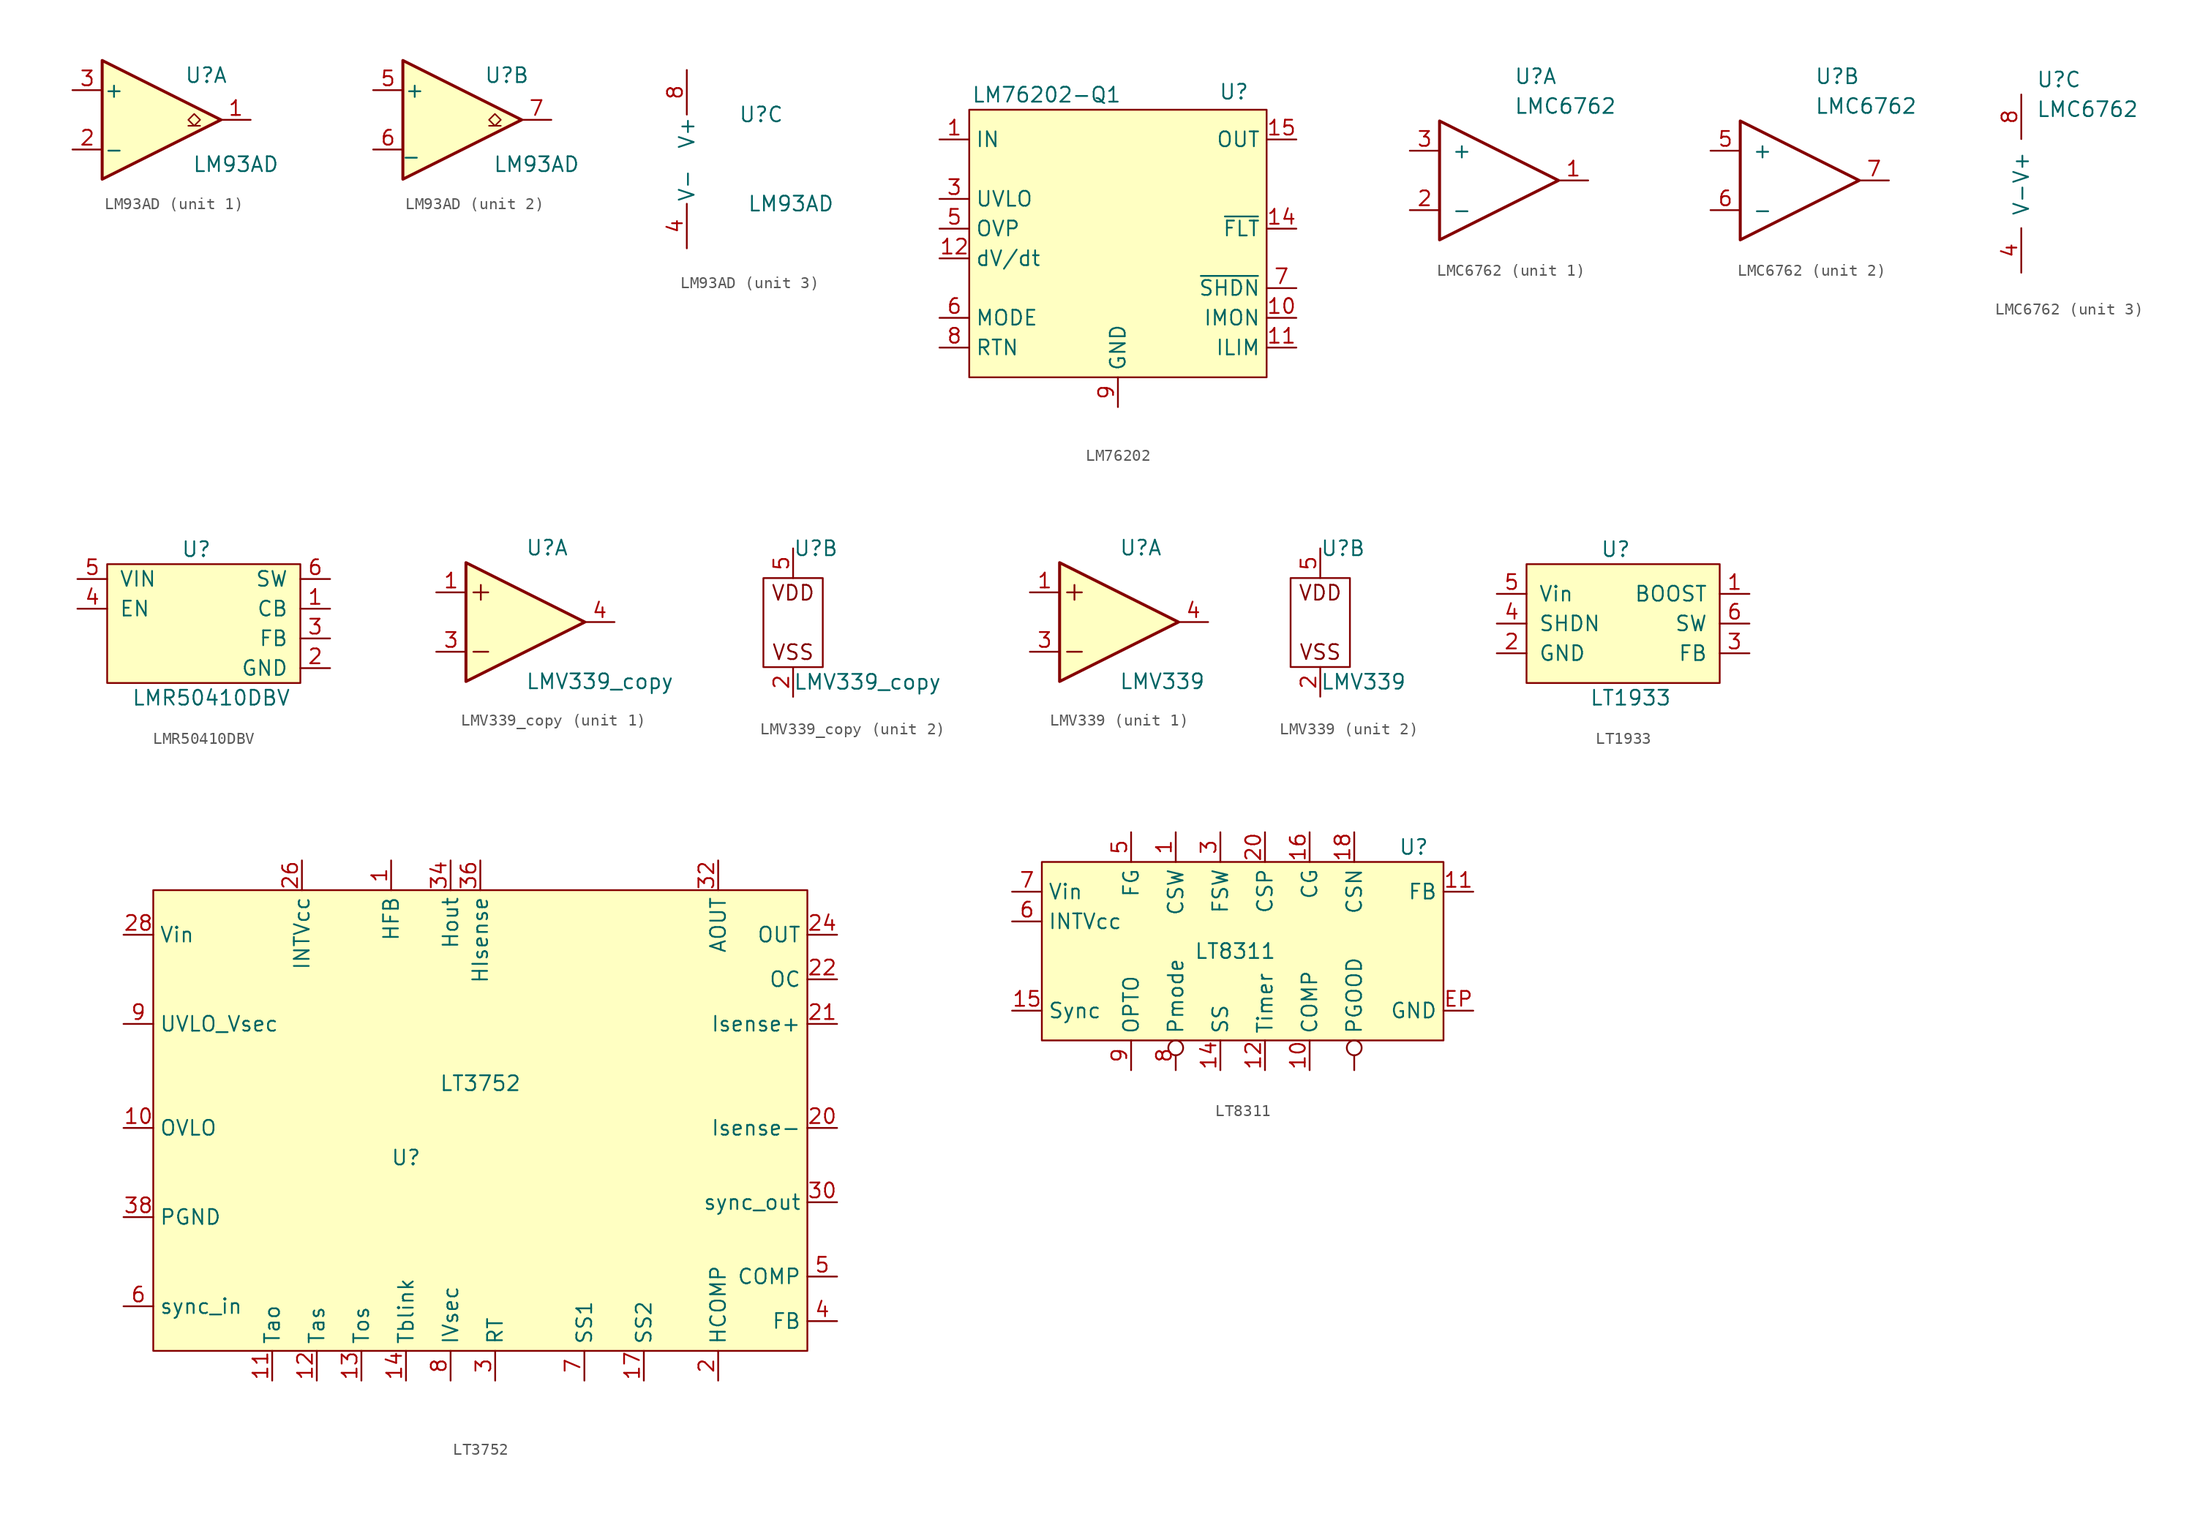
<source format=kicad_sym>
(kicad_symbol_lib
  (version 20231120)
  (generator "kicad_symbol_editor")
  (generator_version "8.0")
  (symbol "LM93AD"
    (pin_names
      (offset 0.127))
    (property "Reference" "U"
      (at 3.81 3.81 0)
      (effects (font (size 1.27 1.27))))
    (property "Value" "LM93AD"
      (at 6.35 -3.81 0)
      (effects (font (size 1.27 1.27))))
    (property "ki_locked" ""
      (at 0 0 0)
      (effects (font (size 1.27 1.27))))
    (symbol "LM93AD_1_1"
      (polyline (pts (xy -5.08 5.08) (xy 5.08 0) (xy -5.08 -5.08) (xy -5.08 5.08)) (stroke (width 0.254) (type default)) (fill (type background)))
      (polyline (pts (xy 3.302 -0.508) (xy 2.794 -0.508) (xy 3.302 0) (xy 2.794 0.508) (xy 2.286 0) (xy 2.794 -0.508) (xy 2.286 -0.508)) (stroke (width 0.127) (type default)) (fill (type none)))
      (pin open_collector line (at 7.62 0 180) (length 2.54) (name "~" (effects (font (size 1.27 1.27)))) (number "1" (effects (font (size 1.27 1.27)))))
      (pin input line (at -7.62 -2.54 0) (length 2.54) (name "-" (effects (font (size 1.27 1.27)))) (number "2" (effects (font (size 1.27 1.27)))))
      (pin input line (at -7.62 2.54 0) (length 2.54) (name "+" (effects (font (size 1.27 1.27)))) (number "3" (effects (font (size 1.27 1.27))))))
    (symbol "LM93AD_2_1"
      (polyline (pts (xy -5.08 5.08) (xy 5.08 0) (xy -5.08 -5.08) (xy -5.08 5.08)) (stroke (width 0.254) (type default)) (fill (type background)))
      (polyline (pts (xy 3.302 -0.508) (xy 2.794 -0.508) (xy 3.302 0) (xy 2.794 0.508) (xy 2.286 0) (xy 2.794 -0.508) (xy 2.286 -0.508)) (stroke (width 0.127) (type default)) (fill (type none)))
      (pin input line (at -7.62 2.54 0) (length 2.54) (name "+" (effects (font (size 1.27 1.27)))) (number "5" (effects (font (size 1.27 1.27)))))
      (pin input line (at -7.62 -2.54 0) (length 2.54) (name "_" (effects (font (size 1.27 1.27)))) (number "6" (effects (font (size 1.27 1.27)))))
      (pin open_collector line (at 7.62 0 180) (length 2.54) (name "~" (effects (font (size 1.27 1.27)))) (number "7" (effects (font (size 1.27 1.27))))))
    (symbol "LM93AD_3_1"
      (pin power_in line (at -2.54 -7.62 90) (length 3.81) (name "V-" (effects (font (size 1.27 1.27)))) (number "4" (effects (font (size 1.27 1.27)))))
      (pin power_in line (at -2.54 7.62 270) (length 3.81) (name "V+" (effects (font (size 1.27 1.27)))) (number "8" (effects (font (size 1.27 1.27)))))))
  (symbol "LM76202"
    (property "Reference" "U"
      (at 9.906 12.954 0)
      (do_not_autoplace)
      (effects (font (size 1.27 1.27))))
    (property "Value" "LM76202-Q1"
      (at -6.096 12.7 0)
      (do_not_autoplace)
      (effects (font (size 1.27 1.27))))
    (symbol "LM76202_1_1"
      (rectangle (start -12.7 11.43) (end 12.7 -11.43) (stroke (width 0) (type default)) (fill (type background)))
      (pin input line (at -15.24 8.89 0) (length 2.54) (name "IN" (effects (font (size 1.27 1.27)))) (number "1" (effects (font (size 1.27 1.27)))))
      (pin input line (at 15.24 -6.35 180) (length 2.54) (name "IMON" (effects (font (size 1.27 1.27)))) (number "10" (effects (font (size 1.27 1.27)))))
      (pin input line (at 15.24 -8.89 180) (length 2.54) (name "ILIM" (effects (font (size 1.27 1.27)))) (number "11" (effects (font (size 1.27 1.27)))))
      (pin input line (at -15.24 -1.27 0) (length 2.54) (name "dV/dt" (effects (font (size 1.27 1.27)))) (number "12" (effects (font (size 1.27 1.27)))))
      (pin input line (at 15.24 1.27 180) (length 2.54) (name "~{FLT}" (effects (font (size 1.27 1.27)))) (number "14" (effects (font (size 1.27 1.27)))))
      (pin input line (at 15.24 8.89 180) (length 2.54) (name "OUT" (effects (font (size 1.27 1.27)))) (number "15" (effects (font (size 1.27 1.27)))))
      (pin input line (at 15.24 8.89 180) (length 2.54) hide (name "OUT" (effects (font (size 1.27 1.27)))) (number "16" (effects (font (size 1.27 1.27)))))
      (pin input line (at -15.24 -8.89 0) (length 2.54) hide (name "EP" (effects (font (size 1.27 1.27)))) (number "17" (effects (font (size 1.27 1.27)))))
      (pin input line (at -15.24 8.89 0) (length 2.54) hide (name "IN" (effects (font (size 1.27 1.27)))) (number "2" (effects (font (size 1.27 1.27)))))
      (pin input line (at -15.24 3.81 0) (length 2.54) (name "UVLO" (effects (font (size 1.27 1.27)))) (number "3" (effects (font (size 1.27 1.27)))))
      (pin input line (at -15.24 1.27 0) (length 2.54) (name "OVP" (effects (font (size 1.27 1.27)))) (number "5" (effects (font (size 1.27 1.27)))))
      (pin input line (at -15.24 -6.35 0) (length 2.54) (name "MODE" (effects (font (size 1.27 1.27)))) (number "6" (effects (font (size 1.27 1.27)))))
      (pin input line (at 15.24 -3.81 180) (length 2.54) (name "~{SHDN}" (effects (font (size 1.27 1.27)))) (number "7" (effects (font (size 1.27 1.27)))))
      (pin input line (at -15.24 -8.89 0) (length 2.54) (name "RTN" (effects (font (size 1.27 1.27)))) (number "8" (effects (font (size 1.27 1.27)))))
      (pin input line (at 0 -13.97 90) (length 2.54) (name "GND" (effects (font (size 1.27 1.27)))) (number "9" (effects (font (size 1.27 1.27)))))))
  (symbol "LMC6762"
    (pin_names
      (offset 1.016))
    (property "Reference" "U"
      (at 1.27 8.89 0)
      (effects (font (size 1.27 1.27)) (justify left)))
    (property "Value" "LMC6762"
      (at 1.27 6.35 0)
      (effects (font (size 1.27 1.27)) (justify left)))
    (symbol "LMC6762_1_1"
      (polyline (pts (xy -5.08 5.08) (xy 5.08 0) (xy -5.08 -5.08) (xy -5.08 5.08)) (stroke (width 0.254) (type default)) (fill (type none)))
      (pin output line (at 7.62 0 180) (length 2.54) (name "~" (effects (font (size 1.27 1.27)))) (number "1" (effects (font (size 1.27 1.27)))))
      (pin input line (at -7.62 -2.54 0) (length 2.54) (name "-" (effects (font (size 1.27 1.27)))) (number "2" (effects (font (size 1.27 1.27)))))
      (pin input line (at -7.62 2.54 0) (length 2.54) (name "+" (effects (font (size 1.27 1.27)))) (number "3" (effects (font (size 1.27 1.27))))))
    (symbol "LMC6762_2_1"
      (polyline (pts (xy -5.08 5.08) (xy 5.08 0) (xy -5.08 -5.08) (xy -5.08 5.08)) (stroke (width 0.254) (type default)) (fill (type none)))
      (pin input line (at -7.62 2.54 0) (length 2.54) (name "+" (effects (font (size 1.27 1.27)))) (number "5" (effects (font (size 1.27 1.27)))))
      (pin input line (at -7.62 -2.54 0) (length 2.54) (name "-" (effects (font (size 1.27 1.27)))) (number "6" (effects (font (size 1.27 1.27)))))
      (pin output line (at 7.62 0 180) (length 2.54) (name "~" (effects (font (size 1.27 1.27)))) (number "7" (effects (font (size 1.27 1.27))))))
    (symbol "LMC6762_3_1"
      (pin power_in line (at 0 -7.62 90) (length 3.81) (name "V-" (effects (font (size 1.27 1.27)))) (number "4" (effects (font (size 1.27 1.27)))))
      (pin power_in line (at 0 7.62 270) (length 3.81) (name "V+" (effects (font (size 1.27 1.27)))) (number "8" (effects (font (size 1.27 1.27)))))))
  (symbol "LMR50410DBV"
    (pin_names
      (offset 1.016))
    (property "Reference" "U"
      (at -1.27 5.08 0)
      (effects (font (size 1.27 1.27))))
    (property "Value" "LMR50410DBV"
      (at 0 -7.62 0)
      (effects (font (size 1.27 1.27))))
    (symbol "LMR50410DBV_0_1"
      (rectangle (start -8.89 3.81) (end 7.62 -6.35) (stroke (width 0) (type default)) (fill (type background))))
    (symbol "LMR50410DBV_1_1"
      (pin bidirectional line (at 10.16 0 180) (length 2.54) (name "CB" (effects (font (size 1.27 1.27)))) (number "1" (effects (font (size 1.27 1.27)))))
      (pin power_in line (at 10.16 -5.08 180) (length 2.54) (name "GND" (effects (font (size 1.27 1.27)))) (number "2" (effects (font (size 1.27 1.27)))))
      (pin bidirectional line (at 10.16 -2.54 180) (length 2.54) (name "FB" (effects (font (size 1.27 1.27)))) (number "3" (effects (font (size 1.27 1.27)))))
      (pin bidirectional line (at -11.43 0 0) (length 2.54) (name "EN" (effects (font (size 1.27 1.27)))) (number "4" (effects (font (size 1.27 1.27)))))
      (pin power_in line (at -11.43 2.54 0) (length 2.54) (name "VIN" (effects (font (size 1.27 1.27)))) (number "5" (effects (font (size 1.27 1.27)))))
      (pin bidirectional line (at 10.16 2.54 180) (length 2.54) (name "SW" (effects (font (size 1.27 1.27)))) (number "6" (effects (font (size 1.27 1.27)))))))
  (symbol "LMV339_copy"
    (pin_names
      (offset 0.127) hide)
    (property "Reference" "U"
      (at 0 6.35 0)
      (effects (font (size 1.27 1.27)) (justify left)))
    (property "Value" "LMV339_copy"
      (at 0 -5.08 0)
      (effects (font (size 1.27 1.27)) (justify left)))
    (symbol "LMV339_copy_1_1"
      (polyline (pts (xy -4.445 -2.54) (xy -3.175 -2.54)) (stroke (width 0) (type default)) (fill (type none)))
      (polyline (pts (xy -4.445 2.54) (xy -3.175 2.54)) (stroke (width 0) (type default)) (fill (type none)))
      (polyline (pts (xy -3.81 3.175) (xy -3.81 1.905)) (stroke (width 0) (type default)) (fill (type none)))
      (polyline (pts (xy -5.08 5.08) (xy 5.08 0) (xy -5.08 -5.08) (xy -5.08 5.08)) (stroke (width 0.254) (type default)) (fill (type background)))
      (pin input line (at -7.62 2.54 0) (length 2.54) (name "+" (effects (font (size 1.27 1.27)))) (number "1" (effects (font (size 1.27 1.27)))))
      (pin input line (at -7.62 -2.54 0) (length 2.54) (name "-" (effects (font (size 1.27 1.27)))) (number "3" (effects (font (size 1.27 1.27)))))
      (pin output line (at 7.62 0 180) (length 2.54) (name "~" (effects (font (size 1.27 1.27)))) (number "4" (effects (font (size 1.27 1.27))))))
    (symbol "LMV339_copy_2_0"
      (text "VDD" (at 0 2.54 0) (effects (font (size 1.27 1.27))))
      (pin power_in line (at 0 -6.35 90) (length 2.54) (name "VSS" (effects (font (size 1.27 1.27)))) (number "2" (effects (font (size 1.27 1.27)))))
      (pin power_in line (at 0 6.35 270) (length 2.54) (name "VDD" (effects (font (size 1.27 1.27)))) (number "5" (effects (font (size 1.27 1.27))))))
    (symbol "LMV339_copy_2_1"
      (rectangle (start -2.54 3.81) (end 2.54 -3.81) (stroke (width 0) (type default)) (fill (type none)))
      (text "VSS" (at 0 -2.54 0) (effects (font (size 1.27 1.27))))))
  (symbol "LMV339"
    (pin_names
      (offset 0.127) hide)
    (property "Reference" "U"
      (at 0 6.35 0)
      (effects (font (size 1.27 1.27)) (justify left)))
    (property "Value" "LMV339"
      (at 0 -5.08 0)
      (effects (font (size 1.27 1.27)) (justify left)))
    (symbol "LMV339_1_1"
      (polyline (pts (xy -4.445 -2.54) (xy -3.175 -2.54)) (stroke (width 0) (type default)) (fill (type none)))
      (polyline (pts (xy -4.445 2.54) (xy -3.175 2.54)) (stroke (width 0) (type default)) (fill (type none)))
      (polyline (pts (xy -3.81 3.175) (xy -3.81 1.905)) (stroke (width 0) (type default)) (fill (type none)))
      (polyline (pts (xy -5.08 5.08) (xy 5.08 0) (xy -5.08 -5.08) (xy -5.08 5.08)) (stroke (width 0.254) (type default)) (fill (type background)))
      (pin input line (at -7.62 2.54 0) (length 2.54) (name "+" (effects (font (size 1.27 1.27)))) (number "1" (effects (font (size 1.27 1.27)))))
      (pin input line (at -7.62 -2.54 0) (length 2.54) (name "-" (effects (font (size 1.27 1.27)))) (number "3" (effects (font (size 1.27 1.27)))))
      (pin output line (at 7.62 0 180) (length 2.54) (name "~" (effects (font (size 1.27 1.27)))) (number "4" (effects (font (size 1.27 1.27))))))
    (symbol "LMV339_2_0"
      (text "VDD" (at 0 2.54 0) (effects (font (size 1.27 1.27))))
      (pin power_in line (at 0 -6.35 90) (length 2.54) (name "VSS" (effects (font (size 1.27 1.27)))) (number "2" (effects (font (size 1.27 1.27)))))
      (pin power_in line (at 0 6.35 270) (length 2.54) (name "VDD" (effects (font (size 1.27 1.27)))) (number "5" (effects (font (size 1.27 1.27))))))
    (symbol "LMV339_2_1"
      (rectangle (start -2.54 3.81) (end 2.54 -3.81) (stroke (width 0) (type default)) (fill (type none)))
      (text "VSS" (at 0 -2.54 0) (effects (font (size 1.27 1.27))))))
  (symbol "LT1933"
    (pin_names
      (offset 1.016))
    (property "Reference" "U"
      (at -1.27 3.81 0)
      (effects (font (size 1.27 1.27))))
    (property "Value" "LT1933"
      (at 0 -8.89 0)
      (effects (font (size 1.27 1.27))))
    (symbol "LT1933_0_1"
      (rectangle (start -8.89 2.54) (end 7.62 -7.62) (stroke (width 0) (type default)) (fill (type background))))
    (symbol "LT1933_1_1"
      (pin input line (at 10.16 0 180) (length 2.54) (name "BOOST" (effects (font (size 1.27 1.27)))) (number "1" (effects (font (size 1.27 1.27)))))
      (pin input line (at -11.43 -5.08 0) (length 2.54) (name "GND" (effects (font (size 1.27 1.27)))) (number "2" (effects (font (size 1.27 1.27)))))
      (pin input line (at 10.16 -5.08 180) (length 2.54) (name "FB" (effects (font (size 1.27 1.27)))) (number "3" (effects (font (size 1.27 1.27)))))
      (pin input line (at -11.43 -2.54 0) (length 2.54) (name "SHDN" (effects (font (size 1.27 1.27)))) (number "4" (effects (font (size 1.27 1.27)))))
      (pin input line (at -11.43 0 0) (length 2.54) (name "Vin" (effects (font (size 1.27 1.27)))) (number "5" (effects (font (size 1.27 1.27)))))
      (pin output line (at 10.16 -2.54 180) (length 2.54) (name "SW" (effects (font (size 1.27 1.27)))) (number "6" (effects (font (size 1.27 1.27)))))))
  (symbol "LT3752"
    (property "Reference" "U"
      (at -6.35 -6.35 0)
      (effects (font (size 1.27 1.27))))
    (property "Value" "LT3752"
      (at 0 0 0)
      (effects (font (size 1.27 1.27))))
    (symbol "LT3752_0_1"
      (rectangle (start -27.94 16.51) (end 27.94 -22.86) (stroke (width 0) (type default)) (fill (type background))))
    (symbol "LT3752_1_1"
      (pin input line (at -7.62 19.05 270) (length 2.54) (name "HFB" (effects (font (size 1.27 1.27)))) (number "1" (effects (font (size 1.27 1.27)))))
      (pin input line (at -30.48 -3.81 0) (length 2.54) (name "OVLO" (effects (font (size 1.27 1.27)))) (number "10" (effects (font (size 1.27 1.27)))))
      (pin input line (at -17.78 -25.4 90) (length 2.54) (name "Tao" (effects (font (size 1.27 1.27)))) (number "11" (effects (font (size 1.27 1.27)))))
      (pin input line (at -13.97 -25.4 90) (length 2.54) (name "Tas" (effects (font (size 1.27 1.27)))) (number "12" (effects (font (size 1.27 1.27)))))
      (pin input line (at -10.16 -25.4 90) (length 2.54) (name "Tos" (effects (font (size 1.27 1.27)))) (number "13" (effects (font (size 1.27 1.27)))))
      (pin input line (at -6.35 -25.4 90) (length 2.54) (name "Tblink" (effects (font (size 1.27 1.27)))) (number "14" (effects (font (size 1.27 1.27)))))
      (pin input line (at 13.97 -25.4 90) (length 2.54) (name "SS2" (effects (font (size 1.27 1.27)))) (number "17" (effects (font (size 1.27 1.27)))))
      (pin input line (at -30.48 -11.43 0) (length 2.54) hide (name "GND" (effects (font (size 1.27 1.27)))) (number "18" (effects (font (size 1.27 1.27)))))
      (pin input line (at -30.48 -11.43 0) (length 2.54) hide (name "PGND" (effects (font (size 1.27 1.27)))) (number "19" (effects (font (size 1.27 1.27)))))
      (pin input line (at 20.32 -25.4 90) (length 2.54) (name "HCOMP" (effects (font (size 1.27 1.27)))) (number "2" (effects (font (size 1.27 1.27)))))
      (pin input line (at 30.48 -3.81 180) (length 2.54) (name "Isense-" (effects (font (size 1.27 1.27)))) (number "20" (effects (font (size 1.27 1.27)))))
      (pin input line (at 30.48 5.08 180) (length 2.54) (name "Isense+" (effects (font (size 1.27 1.27)))) (number "21" (effects (font (size 1.27 1.27)))))
      (pin input line (at 30.48 8.89 180) (length 2.54) (name "OC" (effects (font (size 1.27 1.27)))) (number "22" (effects (font (size 1.27 1.27)))))
      (pin input line (at 30.48 12.7 180) (length 2.54) (name "OUT" (effects (font (size 1.27 1.27)))) (number "24" (effects (font (size 1.27 1.27)))))
      (pin input line (at -15.24 19.05 270) (length 2.54) (name "INTVcc" (effects (font (size 1.27 1.27)))) (number "26" (effects (font (size 1.27 1.27)))))
      (pin input line (at -30.48 12.7 0) (length 2.54) (name "Vin" (effects (font (size 1.27 1.27)))) (number "28" (effects (font (size 1.27 1.27)))))
      (pin input line (at 1.27 -25.4 90) (length 2.54) (name "RT" (effects (font (size 1.27 1.27)))) (number "3" (effects (font (size 1.27 1.27)))))
      (pin input line (at 30.48 -10.16 180) (length 2.54) (name "sync_out" (effects (font (size 1.27 1.27)))) (number "30" (effects (font (size 1.27 1.27)))))
      (pin input line (at 20.32 19.05 270) (length 2.54) (name "AOUT" (effects (font (size 1.27 1.27)))) (number "32" (effects (font (size 1.27 1.27)))))
      (pin input line (at -2.54 19.05 270) (length 2.54) (name "Hout" (effects (font (size 1.27 1.27)))) (number "34" (effects (font (size 1.27 1.27)))))
      (pin input line (at 0 19.05 270) (length 2.54) (name "HIsense" (effects (font (size 1.27 1.27)))) (number "36" (effects (font (size 1.27 1.27)))))
      (pin input line (at -30.48 -11.43 0) (length 2.54) (name "PGND" (effects (font (size 1.27 1.27)))) (number "38" (effects (font (size 1.27 1.27)))))
      (pin input line (at 30.48 -20.32 180) (length 2.54) (name "FB" (effects (font (size 1.27 1.27)))) (number "4" (effects (font (size 1.27 1.27)))))
      (pin input line (at 30.48 -16.51 180) (length 2.54) (name "COMP" (effects (font (size 1.27 1.27)))) (number "5" (effects (font (size 1.27 1.27)))))
      (pin input line (at -30.48 -19.05 0) (length 2.54) (name "sync_in" (effects (font (size 1.27 1.27)))) (number "6" (effects (font (size 1.27 1.27)))))
      (pin input line (at 8.89 -25.4 90) (length 2.54) (name "SS1" (effects (font (size 1.27 1.27)))) (number "7" (effects (font (size 1.27 1.27)))))
      (pin input line (at -2.54 -25.4 90) (length 2.54) (name "IVsec" (effects (font (size 1.27 1.27)))) (number "8" (effects (font (size 1.27 1.27)))))
      (pin input line (at -30.48 5.08 0) (length 2.54) (name "UVLO_Vsec" (effects (font (size 1.27 1.27)))) (number "9" (effects (font (size 1.27 1.27)))))
      (pin input line (at -30.48 -11.43 0) (length 2.54) hide (name "GND" (effects (font (size 1.27 1.27)))) (number "EP" (effects (font (size 1.27 1.27)))))))
  (symbol "LT8311"
    (property "Reference" "U"
      (at 15.24 8.89 0)
      (effects (font (size 1.27 1.27))))
    (property "Value" "LT8311"
      (at 0 0 0)
      (effects (font (size 1.27 1.27))))
    (symbol "LT8311_0_1"
      (rectangle (start -16.51 7.62) (end 17.78 -7.62) (stroke (width 0) (type default)) (fill (type background))))
    (symbol "LT8311_1_1"
      (pin input inverted (at 10.16 -10.16 90) (length 2.54) (name "PGOOD" (effects (font (size 1.27 1.27)))) (number "" (effects (font (size 1.27 1.27)))))
      (pin input line (at -5.08 10.16 270) (length 2.54) (name "CSW" (effects (font (size 1.27 1.27)))) (number "1" (effects (font (size 1.27 1.27)))))
      (pin input line (at 6.35 -10.16 90) (length 2.54) (name "COMP" (effects (font (size 1.27 1.27)))) (number "10" (effects (font (size 1.27 1.27)))))
      (pin input line (at 20.32 5.08 180) (length 2.54) (name "FB" (effects (font (size 1.27 1.27)))) (number "11" (effects (font (size 1.27 1.27)))))
      (pin input line (at 2.54 -10.16 90) (length 2.54) (name "Timer" (effects (font (size 1.27 1.27)))) (number "12" (effects (font (size 1.27 1.27)))))
      (pin input line (at -1.27 -10.16 90) (length 2.54) (name "SS" (effects (font (size 1.27 1.27)))) (number "14" (effects (font (size 1.27 1.27)))))
      (pin input line (at -19.05 -5.08 0) (length 2.54) (name "Sync" (effects (font (size 1.27 1.27)))) (number "15" (effects (font (size 1.27 1.27)))))
      (pin input line (at 6.35 10.16 270) (length 2.54) (name "CG" (effects (font (size 1.27 1.27)))) (number "16" (effects (font (size 1.27 1.27)))))
      (pin input line (at 10.16 10.16 270) (length 2.54) (name "CSN" (effects (font (size 1.27 1.27)))) (number "18" (effects (font (size 1.27 1.27)))))
      (pin input line (at 2.54 10.16 270) (length 2.54) (name "CSP" (effects (font (size 1.27 1.27)))) (number "20" (effects (font (size 1.27 1.27)))))
      (pin input line (at -1.27 10.16 270) (length 2.54) (name "FSW" (effects (font (size 1.27 1.27)))) (number "3" (effects (font (size 1.27 1.27)))))
      (pin input line (at -8.89 10.16 270) (length 2.54) (name "FG" (effects (font (size 1.27 1.27)))) (number "5" (effects (font (size 1.27 1.27)))))
      (pin input line (at -19.05 2.54 0) (length 2.54) (name "INTVcc" (effects (font (size 1.27 1.27)))) (number "6" (effects (font (size 1.27 1.27)))))
      (pin input line (at -19.05 5.08 0) (length 2.54) (name "Vin" (effects (font (size 1.27 1.27)))) (number "7" (effects (font (size 1.27 1.27)))))
      (pin input inverted (at -5.08 -10.16 90) (length 2.54) (name "Pmode" (effects (font (size 1.27 1.27)))) (number "8" (effects (font (size 1.27 1.27)))))
      (pin input line (at -8.89 -10.16 90) (length 2.54) (name "OPTO" (effects (font (size 1.27 1.27)))) (number "9" (effects (font (size 1.27 1.27)))))
      (pin input line (at 20.32 -5.08 180) (length 2.54) (name "GND" (effects (font (size 1.27 1.27)))) (number "EP" (effects (font (size 1.27 1.27))))))))
</source>
